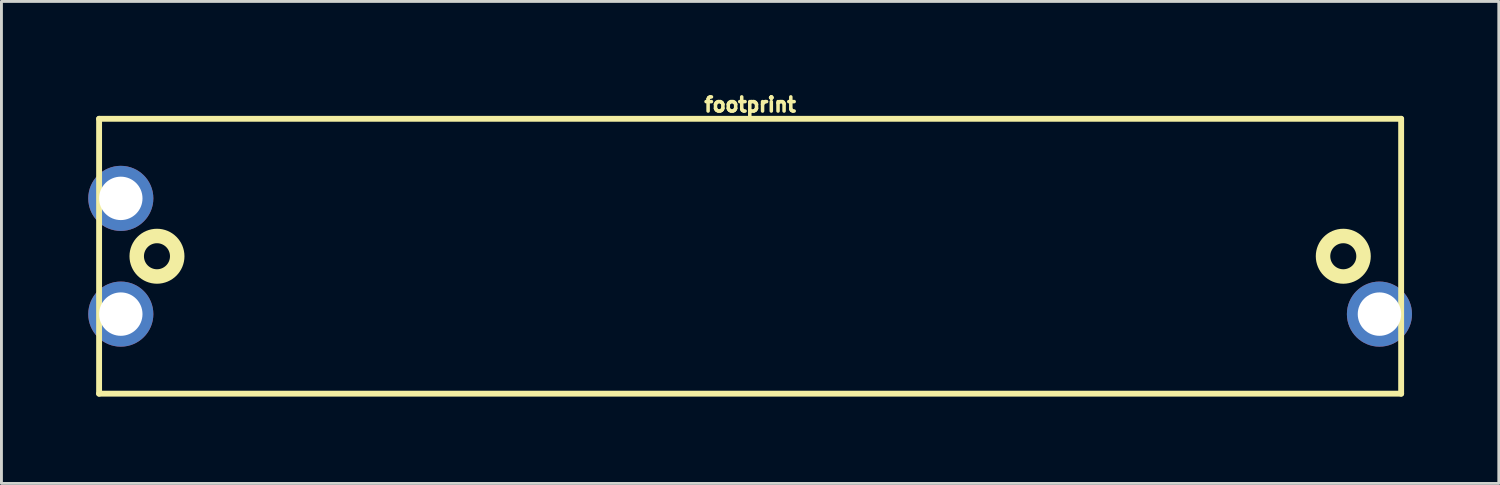
<source format=kicad_pcb>
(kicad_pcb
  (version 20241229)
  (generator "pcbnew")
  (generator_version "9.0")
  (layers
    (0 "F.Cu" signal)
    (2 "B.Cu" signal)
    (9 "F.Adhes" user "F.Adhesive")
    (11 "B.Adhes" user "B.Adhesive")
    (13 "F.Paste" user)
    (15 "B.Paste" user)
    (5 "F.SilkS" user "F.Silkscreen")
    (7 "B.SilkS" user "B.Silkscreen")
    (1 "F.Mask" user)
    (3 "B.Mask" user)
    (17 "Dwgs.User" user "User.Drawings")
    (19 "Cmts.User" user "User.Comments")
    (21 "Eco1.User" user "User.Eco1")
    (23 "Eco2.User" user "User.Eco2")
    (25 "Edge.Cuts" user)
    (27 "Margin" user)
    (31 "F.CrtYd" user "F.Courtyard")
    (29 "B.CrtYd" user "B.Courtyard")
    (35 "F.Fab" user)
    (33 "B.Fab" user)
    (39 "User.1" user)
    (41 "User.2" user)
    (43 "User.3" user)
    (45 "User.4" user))
  (footprint "footprint"
    (layer "F.Cu")
    (at 22.875 5.806)
    (property "Reference" "footprint" (at 0 -4.953 0) (layer "F.SilkS") (effects (font (size 0.488 0.488) (thickness 0.122)) (justify bottom)))
    (fp_line (start -22.5 -4.75) (end -22.5 4.75) (stroke (width 0.203) (type solid)) (layer "F.SilkS"))
    (fp_line (start -22.5 4.75) (end 22.5 4.75) (stroke (width 0.203) (type solid)) (layer "F.SilkS"))
    (fp_line (start 22.5 -4.75) (end -22.5 -4.75) (stroke (width 0.203) (type solid)) (layer "F.SilkS"))
    (fp_line (start 22.5 4.75) (end 22.5 -4.75) (stroke (width 0.203) (type solid)) (layer "F.SilkS"))
    (fp_circle (center -20.5 0) (end -19.8 0) (stroke (width 0.5) (type solid)) (fill no) (layer "F.SilkS"))
    (fp_circle (center 20.5 0) (end 21.2 0) (stroke (width 0.5) (type solid)) (fill no) (layer "F.SilkS"))
    (pad "BOTTOM" thru_hole circle (at 21.75 2) (size 2.25 2.25) (drill 1.5) (layers "*.Cu" "*.Mask"))
    (pad "TOP" thru_hole circle (at -21.75 2) (size 2.25 2.25) (drill 1.5) (layers "*.Cu" "*.Mask"))
    (pad "WIPER" thru_hole circle (at -21.75 -2) (size 2.25 2.25) (drill 1.5) (layers "*.Cu" "*.Mask")))
  (gr_rect
    (start -3 -3)
    (end 48.75 13.658)
    (stroke (width 0.1) (type default))
    (fill no)
    (layer "Edge.Cuts")))
</source>
